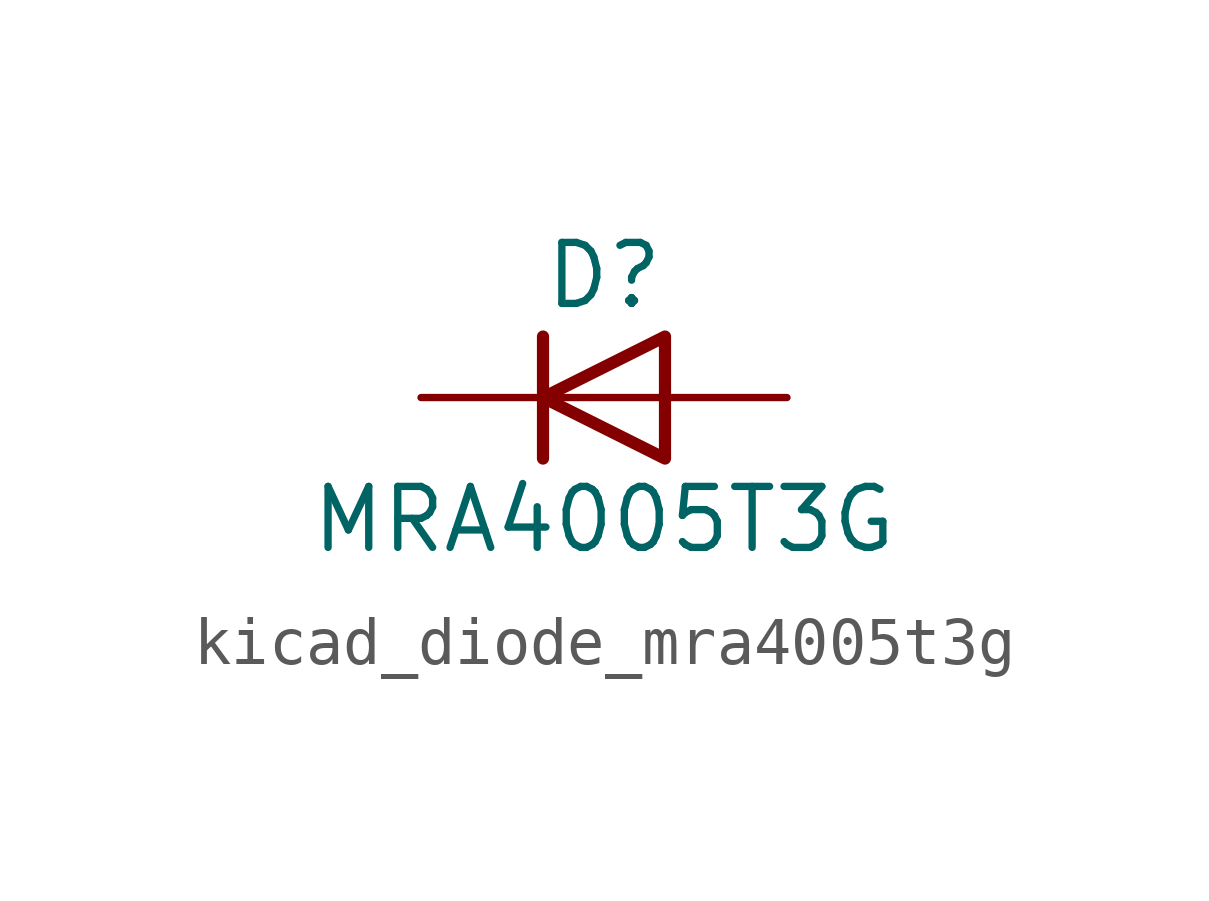
<source format=kicad_sym>
(kicad_symbol_lib
  (version 20220914)
  (generator kicad_symbol_editor)
  (symbol "kicad_diode_mra4005t3g"
    (pin_numbers hide)
    (pin_names hide)
    (property "Reference" "D"
      (at 0 2.54 0)
      (effects (font (size 1.27 1.27))))
    (property "Value" "MRA4005T3G"
      (at 0 -2.54 0)
      (effects (font (size 1.27 1.27))))
    (symbol "kicad_diode_mra4005t3g_0_1"
      (polyline (pts (xy -1.27 1.27) (xy -1.27 -1.27)) (stroke (width 0.254) (type default)) (fill (type none)))
      (polyline (pts (xy 1.27 0) (xy -1.27 0)) (stroke (width 0) (type default)) (fill (type none)))
      (polyline (pts (xy 1.27 1.27) (xy 1.27 -1.27) (xy -1.27 0) (xy 1.27 1.27)) (stroke (width 0.254) (type default)) (fill (type none))))
    (symbol "kicad_diode_mra4005t3g_1_1"
      (pin passive line (at -3.81 0 0) (length 2.54) (name "K" (effects (font (size 1.27 1.27)))) (number "1" (effects (font (size 1.27 1.27)))))
      (pin passive line (at 3.81 0 180) (length 2.54) (name "A" (effects (font (size 1.27 1.27)))) (number "2" (effects (font (size 1.27 1.27))))))))
</source>
